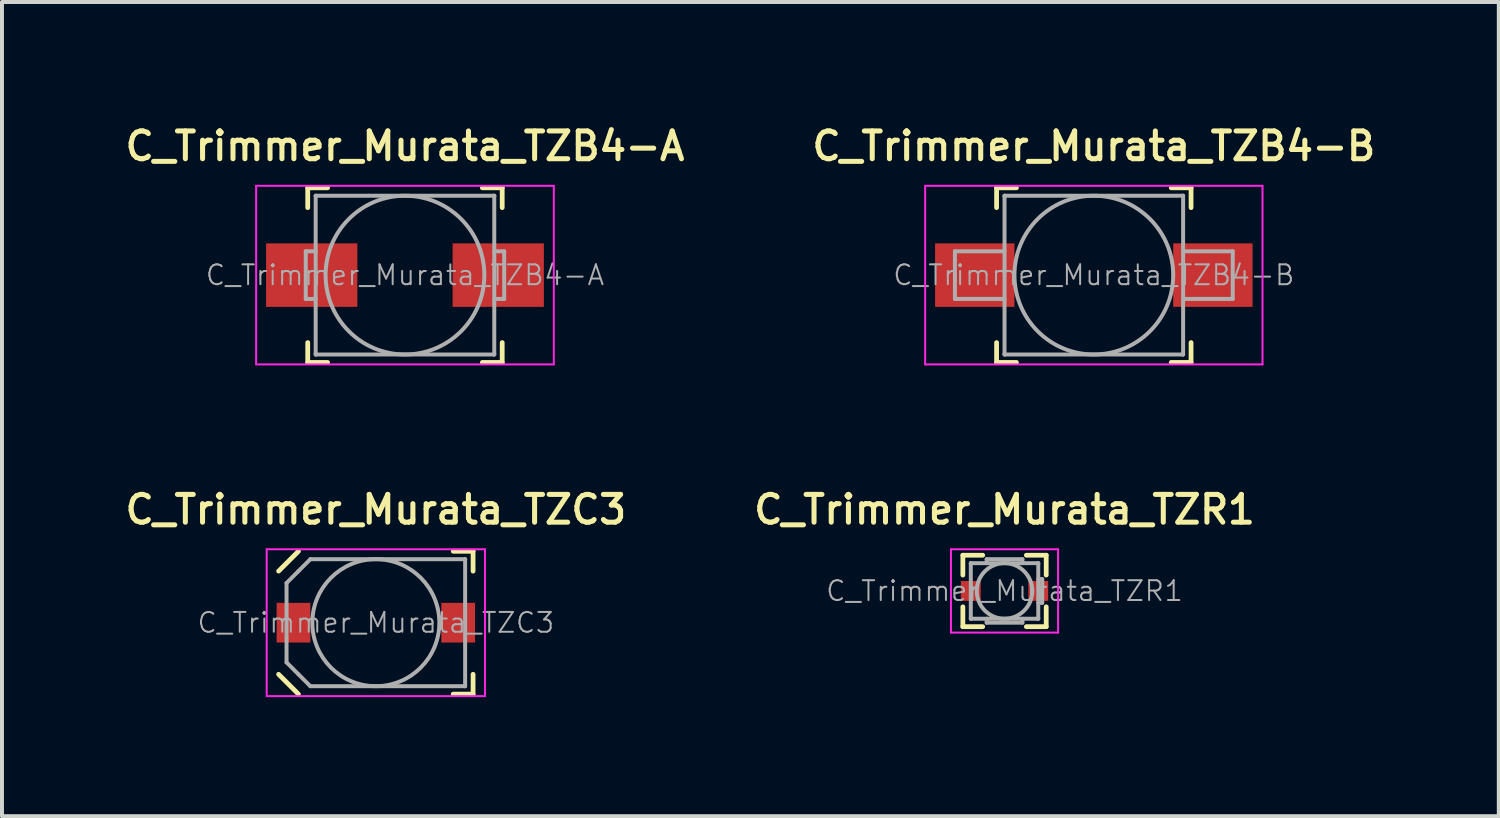
<source format=kicad_pcb>
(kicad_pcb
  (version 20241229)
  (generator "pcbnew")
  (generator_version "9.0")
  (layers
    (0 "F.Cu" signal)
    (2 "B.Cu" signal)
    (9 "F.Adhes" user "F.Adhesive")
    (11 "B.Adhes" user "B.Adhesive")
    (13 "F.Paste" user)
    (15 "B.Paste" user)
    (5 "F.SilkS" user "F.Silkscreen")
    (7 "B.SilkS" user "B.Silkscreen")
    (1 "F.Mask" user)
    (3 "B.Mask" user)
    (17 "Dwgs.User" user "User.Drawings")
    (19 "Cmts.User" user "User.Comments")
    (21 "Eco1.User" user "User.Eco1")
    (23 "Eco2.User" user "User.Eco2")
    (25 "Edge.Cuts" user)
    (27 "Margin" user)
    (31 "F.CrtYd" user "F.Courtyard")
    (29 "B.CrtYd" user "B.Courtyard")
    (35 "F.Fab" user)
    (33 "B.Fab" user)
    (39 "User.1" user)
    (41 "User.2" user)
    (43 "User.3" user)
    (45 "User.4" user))
  (footprint "C_Trimmer_Murata_TZB4-B"
    (layer "F.Cu")
    (at 24.511 3.882)
    (property "Reference" "C_Trimmer_Murata_TZB4-B" (at 0 -3.25 0) (layer "F.SilkS") (effects (font (size 0.7 0.7) (thickness 0.127))))
    (attr smd)
    (fp_line (start -2.45 -2.2) (end -2.45 -1.7) (stroke (width 0.12) (type solid)) (layer "F.SilkS"))
    (fp_line (start -2.45 -2.2) (end -1.95 -2.2) (stroke (width 0.12) (type solid)) (layer "F.SilkS"))
    (fp_line (start -2.45 2.2) (end -2.45 1.7) (stroke (width 0.12) (type solid)) (layer "F.SilkS"))
    (fp_line (start -2.45 2.2) (end -1.95 2.2) (stroke (width 0.12) (type solid)) (layer "F.SilkS"))
    (fp_line (start 2.45 -2.2) (end 1.95 -2.2) (stroke (width 0.12) (type solid)) (layer "F.SilkS"))
    (fp_line (start 2.45 -2.2) (end 2.45 -1.7) (stroke (width 0.12) (type solid)) (layer "F.SilkS"))
    (fp_line (start 2.45 2.2) (end 1.95 2.2) (stroke (width 0.12) (type solid)) (layer "F.SilkS"))
    (fp_line (start 2.45 2.2) (end 2.45 1.7) (stroke (width 0.12) (type solid)) (layer "F.SilkS"))
    (fp_line (start -4.25 -2.25) (end -4.25 2.25) (stroke (width 0.05) (type solid)) (layer "F.CrtYd"))
    (fp_line (start -4.25 2.25) (end 4.25 2.25) (stroke (width 0.05) (type solid)) (layer "F.CrtYd"))
    (fp_line (start 4.25 -2.25) (end -4.25 -2.25) (stroke (width 0.05) (type solid)) (layer "F.CrtYd"))
    (fp_line (start 4.25 2.25) (end 4.25 -2.25) (stroke (width 0.05) (type solid)) (layer "F.CrtYd"))
    (fp_line (start -3.5 -0.6) (end -3.5 0.6) (stroke (width 0.1) (type solid)) (layer "F.Fab"))
    (fp_line (start -3.5 0.6) (end -2.25 0.6) (stroke (width 0.1) (type solid)) (layer "F.Fab"))
    (fp_line (start -2.25 -2) (end -2.24 -2) (stroke (width 0.1) (type solid)) (layer "F.Fab"))
    (fp_line (start -2.25 -1.99) (end -2.25 -2) (stroke (width 0.1) (type solid)) (layer "F.Fab"))
    (fp_line (start -2.25 -0.6) (end -3.5 -0.6) (stroke (width 0.1) (type solid)) (layer "F.Fab"))
    (fp_line (start -2.25 1.99) (end -2.25 -1.99) (stroke (width 0.1) (type solid)) (layer "F.Fab"))
    (fp_line (start -2.25 2) (end -2.25 1.99) (stroke (width 0.1) (type solid)) (layer "F.Fab"))
    (fp_line (start -2.24 -2) (end 2.24 -2) (stroke (width 0.1) (type solid)) (layer "F.Fab"))
    (fp_line (start -2.24 2) (end -2.25 2) (stroke (width 0.1) (type solid)) (layer "F.Fab"))
    (fp_line (start 2.24 -2) (end 2.25 -2) (stroke (width 0.1) (type solid)) (layer "F.Fab"))
    (fp_line (start 2.24 2) (end -2.24 2) (stroke (width 0.1) (type solid)) (layer "F.Fab"))
    (fp_line (start 2.25 -2) (end 2.25 -1.99) (stroke (width 0.1) (type solid)) (layer "F.Fab"))
    (fp_line (start 2.25 -1.99) (end 2.25 1.99) (stroke (width 0.1) (type solid)) (layer "F.Fab"))
    (fp_line (start 2.25 -0.6) (end 3.5 -0.6) (stroke (width 0.1) (type solid)) (layer "F.Fab"))
    (fp_line (start 2.25 1.99) (end 2.25 2) (stroke (width 0.1) (type solid)) (layer "F.Fab"))
    (fp_line (start 2.25 2) (end 2.24 2) (stroke (width 0.1) (type solid)) (layer "F.Fab"))
    (fp_line (start 3.5 -0.6) (end 3.5 0.6) (stroke (width 0.1) (type solid)) (layer "F.Fab"))
    (fp_line (start 3.5 0.6) (end 2.25 0.6) (stroke (width 0.1) (type solid)) (layer "F.Fab"))
    (fp_circle (center 0 0) (end 2 0) (stroke (width 0.1) (type solid)) (fill no) (layer "F.Fab"))
    (fp_text user "${REFERENCE}" (at 0 0 0) (layer "F.Fab") (effects (font (size 0.5 0.5) (thickness 0.05))))
    (pad "1" smd rect (at -3 0) (size 2 1.6) (layers "F.Cu" "F.Mask" "F.Paste"))
    (pad "2" smd rect (at 3 0) (size 2 1.6) (layers "F.Cu" "F.Mask" "F.Paste")))
  (footprint "C_Trimmer_Murata_TZR1"
    (layer "F.Cu")
    (at 22.261 11.84)
    (property "Reference" "C_Trimmer_Murata_TZR1" (at 0 -2.05 0) (layer "F.SilkS") (effects (font (size 0.7 0.7) (thickness 0.127))))
    (attr smd)
    (fp_line (start -1.05 -0.9) (end -1.05 -0.4) (stroke (width 0.12) (type solid)) (layer "F.SilkS"))
    (fp_line (start -1.05 -0.9) (end -0.55 -0.9) (stroke (width 0.12) (type solid)) (layer "F.SilkS"))
    (fp_line (start -1.05 0.9) (end -1.05 0.4) (stroke (width 0.12) (type solid)) (layer "F.SilkS"))
    (fp_line (start -1.05 0.9) (end -0.55 0.9) (stroke (width 0.12) (type solid)) (layer "F.SilkS"))
    (fp_line (start 1.05 -0.9) (end 0.55 -0.9) (stroke (width 0.12) (type solid)) (layer "F.SilkS"))
    (fp_line (start 1.05 -0.9) (end 1.05 -0.4) (stroke (width 0.12) (type solid)) (layer "F.SilkS"))
    (fp_line (start 1.05 0.9) (end 0.55 0.9) (stroke (width 0.12) (type solid)) (layer "F.SilkS"))
    (fp_line (start 1.05 0.9) (end 1.05 0.4) (stroke (width 0.12) (type solid)) (layer "F.SilkS"))
    (fp_line (start -1.35 -1.05) (end -1.35 1.05) (stroke (width 0.05) (type solid)) (layer "F.CrtYd"))
    (fp_line (start -1.35 1.05) (end 1.35 1.05) (stroke (width 0.05) (type solid)) (layer "F.CrtYd"))
    (fp_line (start 1.35 -1.05) (end -1.35 -1.05) (stroke (width 0.05) (type solid)) (layer "F.CrtYd"))
    (fp_line (start 1.35 1.05) (end 1.35 -1.05) (stroke (width 0.05) (type solid)) (layer "F.CrtYd"))
    (fp_line (start -0.85 -0.7) (end -0.84 -0.7) (stroke (width 0.1) (type solid)) (layer "F.Fab"))
    (fp_line (start -0.85 -0.69) (end -0.85 -0.7) (stroke (width 0.1) (type solid)) (layer "F.Fab"))
    (fp_line (start -0.85 0.69) (end -0.85 -0.69) (stroke (width 0.1) (type solid)) (layer "F.Fab"))
    (fp_line (start -0.85 0.7) (end -0.85 0.69) (stroke (width 0.1) (type solid)) (layer "F.Fab"))
    (fp_line (start -0.84 -0.7) (end 0.84 -0.7) (stroke (width 0.1) (type solid)) (layer "F.Fab"))
    (fp_line (start -0.84 0.7) (end -0.85 0.7) (stroke (width 0.1) (type solid)) (layer "F.Fab"))
    (fp_line (start -0.45 -0.8) (end 0.45 -0.8) (stroke (width 0.1) (type solid)) (layer "F.Fab"))
    (fp_line (start -0.45 -0.7) (end -0.45 -0.8) (stroke (width 0.1) (type solid)) (layer "F.Fab"))
    (fp_line (start -0.45 0.7) (end -0.45 0.8) (stroke (width 0.1) (type solid)) (layer "F.Fab"))
    (fp_line (start -0.45 0.8) (end 0.45 0.8) (stroke (width 0.1) (type solid)) (layer "F.Fab"))
    (fp_line (start 0.45 -0.8) (end 0.45 -0.7) (stroke (width 0.1) (type solid)) (layer "F.Fab"))
    (fp_line (start 0.45 0.8) (end 0.45 0.7) (stroke (width 0.1) (type solid)) (layer "F.Fab"))
    (fp_line (start 0.84 -0.7) (end 0.85 -0.7) (stroke (width 0.1) (type solid)) (layer "F.Fab"))
    (fp_line (start 0.84 0.7) (end -0.84 0.7) (stroke (width 0.1) (type solid)) (layer "F.Fab"))
    (fp_line (start 0.85 -0.7) (end 0.85 -0.69) (stroke (width 0.1) (type solid)) (layer "F.Fab"))
    (fp_line (start 0.85 -0.69) (end 0.85 0.69) (stroke (width 0.1) (type solid)) (layer "F.Fab"))
    (fp_line (start 0.85 -0.3) (end 0.95 -0.3) (stroke (width 0.1) (type solid)) (layer "F.Fab"))
    (fp_line (start 0.85 0.69) (end 0.85 0.7) (stroke (width 0.1) (type solid)) (layer "F.Fab"))
    (fp_line (start 0.85 0.7) (end 0.84 0.7) (stroke (width 0.1) (type solid)) (layer "F.Fab"))
    (fp_line (start 0.95 -0.3) (end 0.95 0.3) (stroke (width 0.1) (type solid)) (layer "F.Fab"))
    (fp_line (start 0.95 0.3) (end 0.85 0.3) (stroke (width 0.1) (type solid)) (layer "F.Fab"))
    (fp_circle (center 0 0) (end 0.7 0) (stroke (width 0.1) (type solid)) (fill no) (layer "F.Fab"))
    (fp_text user "${REFERENCE}" (at 0 0 0) (layer "F.Fab") (effects (font (size 0.5 0.5) (thickness 0.05))))
    (pad "1" smd rect (at -0.85 0) (size 0.5 0.5) (layers "F.Cu" "F.Mask" "F.Paste"))
    (pad "2" smd rect (at 0.85 0) (size 0.5 0.5) (layers "F.Cu" "F.Mask" "F.Paste")))
  (footprint "C_Trimmer_Murata_TZC3"
    (layer "F.Cu")
    (at 6.42 12.64)
    (property "Reference" "C_Trimmer_Murata_TZC3" (at 0 -2.85 0) (layer "F.SilkS") (effects (font (size 0.7 0.7) (thickness 0.127))))
    (attr smd)
    (fp_line (start -2.45 -1.3) (end -1.95 -1.8) (stroke (width 0.12) (type solid)) (layer "F.SilkS"))
    (fp_line (start -2.45 1.3) (end -1.95 1.8) (stroke (width 0.12) (type solid)) (layer "F.SilkS"))
    (fp_line (start 2.45 -1.8) (end 1.95 -1.8) (stroke (width 0.12) (type solid)) (layer "F.SilkS"))
    (fp_line (start 2.45 -1.8) (end 2.45 -1.3) (stroke (width 0.12) (type solid)) (layer "F.SilkS"))
    (fp_line (start 2.45 1.8) (end 1.95 1.8) (stroke (width 0.12) (type solid)) (layer "F.SilkS"))
    (fp_line (start 2.45 1.8) (end 2.45 1.3) (stroke (width 0.12) (type solid)) (layer "F.SilkS"))
    (fp_line (start -2.75 -1.85) (end -2.75 1.85) (stroke (width 0.05) (type solid)) (layer "F.CrtYd"))
    (fp_line (start -2.75 1.85) (end 2.75 1.85) (stroke (width 0.05) (type solid)) (layer "F.CrtYd"))
    (fp_line (start 2.75 -1.85) (end -2.75 -1.85) (stroke (width 0.05) (type solid)) (layer "F.CrtYd"))
    (fp_line (start 2.75 1.85) (end 2.75 -1.85) (stroke (width 0.05) (type solid)) (layer "F.CrtYd"))
    (fp_line (start -2.25 -1) (end -1.95 -1.3) (stroke (width 0.1) (type solid)) (layer "F.Fab"))
    (fp_line (start -2.25 1) (end -2.25 -1) (stroke (width 0.1) (type solid)) (layer "F.Fab"))
    (fp_line (start -1.95 -1.3) (end -1.65 -1.6) (stroke (width 0.1) (type solid)) (layer "F.Fab"))
    (fp_line (start -1.95 1.3) (end -2.25 1) (stroke (width 0.1) (type solid)) (layer "F.Fab"))
    (fp_line (start -1.65 -1.6) (end 2.24 -1.6) (stroke (width 0.1) (type solid)) (layer "F.Fab"))
    (fp_line (start -1.65 1.6) (end -1.95 1.3) (stroke (width 0.1) (type solid)) (layer "F.Fab"))
    (fp_line (start 2.24 -1.6) (end 2.25 -1.6) (stroke (width 0.1) (type solid)) (layer "F.Fab"))
    (fp_line (start 2.24 1.6) (end -1.65 1.6) (stroke (width 0.1) (type solid)) (layer "F.Fab"))
    (fp_line (start 2.25 -1.6) (end 2.25 -1.59) (stroke (width 0.1) (type solid)) (layer "F.Fab"))
    (fp_line (start 2.25 -1.59) (end 2.25 1.59) (stroke (width 0.1) (type solid)) (layer "F.Fab"))
    (fp_line (start 2.25 1.59) (end 2.25 1.6) (stroke (width 0.1) (type solid)) (layer "F.Fab"))
    (fp_line (start 2.25 1.6) (end 2.24 1.6) (stroke (width 0.1) (type solid)) (layer "F.Fab"))
    (fp_circle (center 0 0) (end 1.6 0) (stroke (width 0.1) (type solid)) (fill no) (layer "F.Fab"))
    (fp_text user "${REFERENCE}" (at 0 0 0) (layer "F.Fab") (effects (font (size 0.5 0.5) (thickness 0.05))))
    (pad "1" smd rect (at -2.075 0) (size 0.85 1) (layers "F.Cu" "F.Mask" "F.Paste"))
    (pad "2" smd rect (at 2.075 0) (size 0.85 1) (layers "F.Cu" "F.Mask" "F.Paste")))
  (footprint "C_Trimmer_Murata_TZB4-A"
    (layer "F.Cu")
    (at 7.154 3.882)
    (property "Reference" "C_Trimmer_Murata_TZB4-A" (at 0 -3.25 0) (layer "F.SilkS") (effects (font (size 0.7 0.7) (thickness 0.127))))
    (attr smd)
    (fp_line (start -2.45 -2.2) (end -2.45 -1.7) (stroke (width 0.12) (type solid)) (layer "F.SilkS"))
    (fp_line (start -2.45 -2.2) (end -1.95 -2.2) (stroke (width 0.12) (type solid)) (layer "F.SilkS"))
    (fp_line (start -2.45 2.2) (end -2.45 1.7) (stroke (width 0.12) (type solid)) (layer "F.SilkS"))
    (fp_line (start -2.45 2.2) (end -1.95 2.2) (stroke (width 0.12) (type solid)) (layer "F.SilkS"))
    (fp_line (start 2.45 -2.2) (end 1.95 -2.2) (stroke (width 0.12) (type solid)) (layer "F.SilkS"))
    (fp_line (start 2.45 -2.2) (end 2.45 -1.7) (stroke (width 0.12) (type solid)) (layer "F.SilkS"))
    (fp_line (start 2.45 2.2) (end 1.95 2.2) (stroke (width 0.12) (type solid)) (layer "F.SilkS"))
    (fp_line (start 2.45 2.2) (end 2.45 1.7) (stroke (width 0.12) (type solid)) (layer "F.SilkS"))
    (fp_line (start -3.75 -2.25) (end -3.75 2.25) (stroke (width 0.05) (type solid)) (layer "F.CrtYd"))
    (fp_line (start -3.75 2.25) (end 3.75 2.25) (stroke (width 0.05) (type solid)) (layer "F.CrtYd"))
    (fp_line (start 3.75 -2.25) (end -3.75 -2.25) (stroke (width 0.05) (type solid)) (layer "F.CrtYd"))
    (fp_line (start 3.75 2.25) (end 3.75 -2.25) (stroke (width 0.05) (type solid)) (layer "F.CrtYd"))
    (fp_line (start -2.5 -0.6) (end -2.5 0.6) (stroke (width 0.1) (type solid)) (layer "F.Fab"))
    (fp_line (start -2.5 0.6) (end -2.25 0.6) (stroke (width 0.1) (type solid)) (layer "F.Fab"))
    (fp_line (start -2.25 -2) (end -2.24 -2) (stroke (width 0.1) (type solid)) (layer "F.Fab"))
    (fp_line (start -2.25 -1.99) (end -2.25 -2) (stroke (width 0.1) (type solid)) (layer "F.Fab"))
    (fp_line (start -2.25 -0.6) (end -2.5 -0.6) (stroke (width 0.1) (type solid)) (layer "F.Fab"))
    (fp_line (start -2.25 1.99) (end -2.25 -1.99) (stroke (width 0.1) (type solid)) (layer "F.Fab"))
    (fp_line (start -2.25 2) (end -2.25 1.99) (stroke (width 0.1) (type solid)) (layer "F.Fab"))
    (fp_line (start -2.24 -2) (end 2.24 -2) (stroke (width 0.1) (type solid)) (layer "F.Fab"))
    (fp_line (start -2.24 2) (end -2.25 2) (stroke (width 0.1) (type solid)) (layer "F.Fab"))
    (fp_line (start 2.24 -2) (end 2.25 -2) (stroke (width 0.1) (type solid)) (layer "F.Fab"))
    (fp_line (start 2.24 2) (end -2.24 2) (stroke (width 0.1) (type solid)) (layer "F.Fab"))
    (fp_line (start 2.25 -2) (end 2.25 -1.99) (stroke (width 0.1) (type solid)) (layer "F.Fab"))
    (fp_line (start 2.25 -1.99) (end 2.25 1.99) (stroke (width 0.1) (type solid)) (layer "F.Fab"))
    (fp_line (start 2.25 -0.6) (end 2.5 -0.6) (stroke (width 0.1) (type solid)) (layer "F.Fab"))
    (fp_line (start 2.25 1.99) (end 2.25 2) (stroke (width 0.1) (type solid)) (layer "F.Fab"))
    (fp_line (start 2.25 2) (end 2.24 2) (stroke (width 0.1) (type solid)) (layer "F.Fab"))
    (fp_line (start 2.5 -0.6) (end 2.5 0.6) (stroke (width 0.1) (type solid)) (layer "F.Fab"))
    (fp_line (start 2.5 0.6) (end 2.25 0.6) (stroke (width 0.1) (type solid)) (layer "F.Fab"))
    (fp_circle (center 0 0) (end 2 0) (stroke (width 0.1) (type solid)) (fill no) (layer "F.Fab"))
    (fp_text user "${REFERENCE}" (at 0 0 0) (layer "F.Fab") (effects (font (size 0.5 0.5) (thickness 0.05))))
    (pad "1" smd rect (at -2.35 0) (size 2.3 1.6) (layers "F.Cu" "F.Mask" "F.Paste"))
    (pad "2" smd rect (at 2.35 0) (size 2.3 1.6) (layers "F.Cu" "F.Mask" "F.Paste")))
  (gr_rect
    (start -3 -3)
    (end 34.715 17.515)
    (stroke (width 0.1) (type default))
    (fill no)
    (layer "Edge.Cuts")))
</source>
